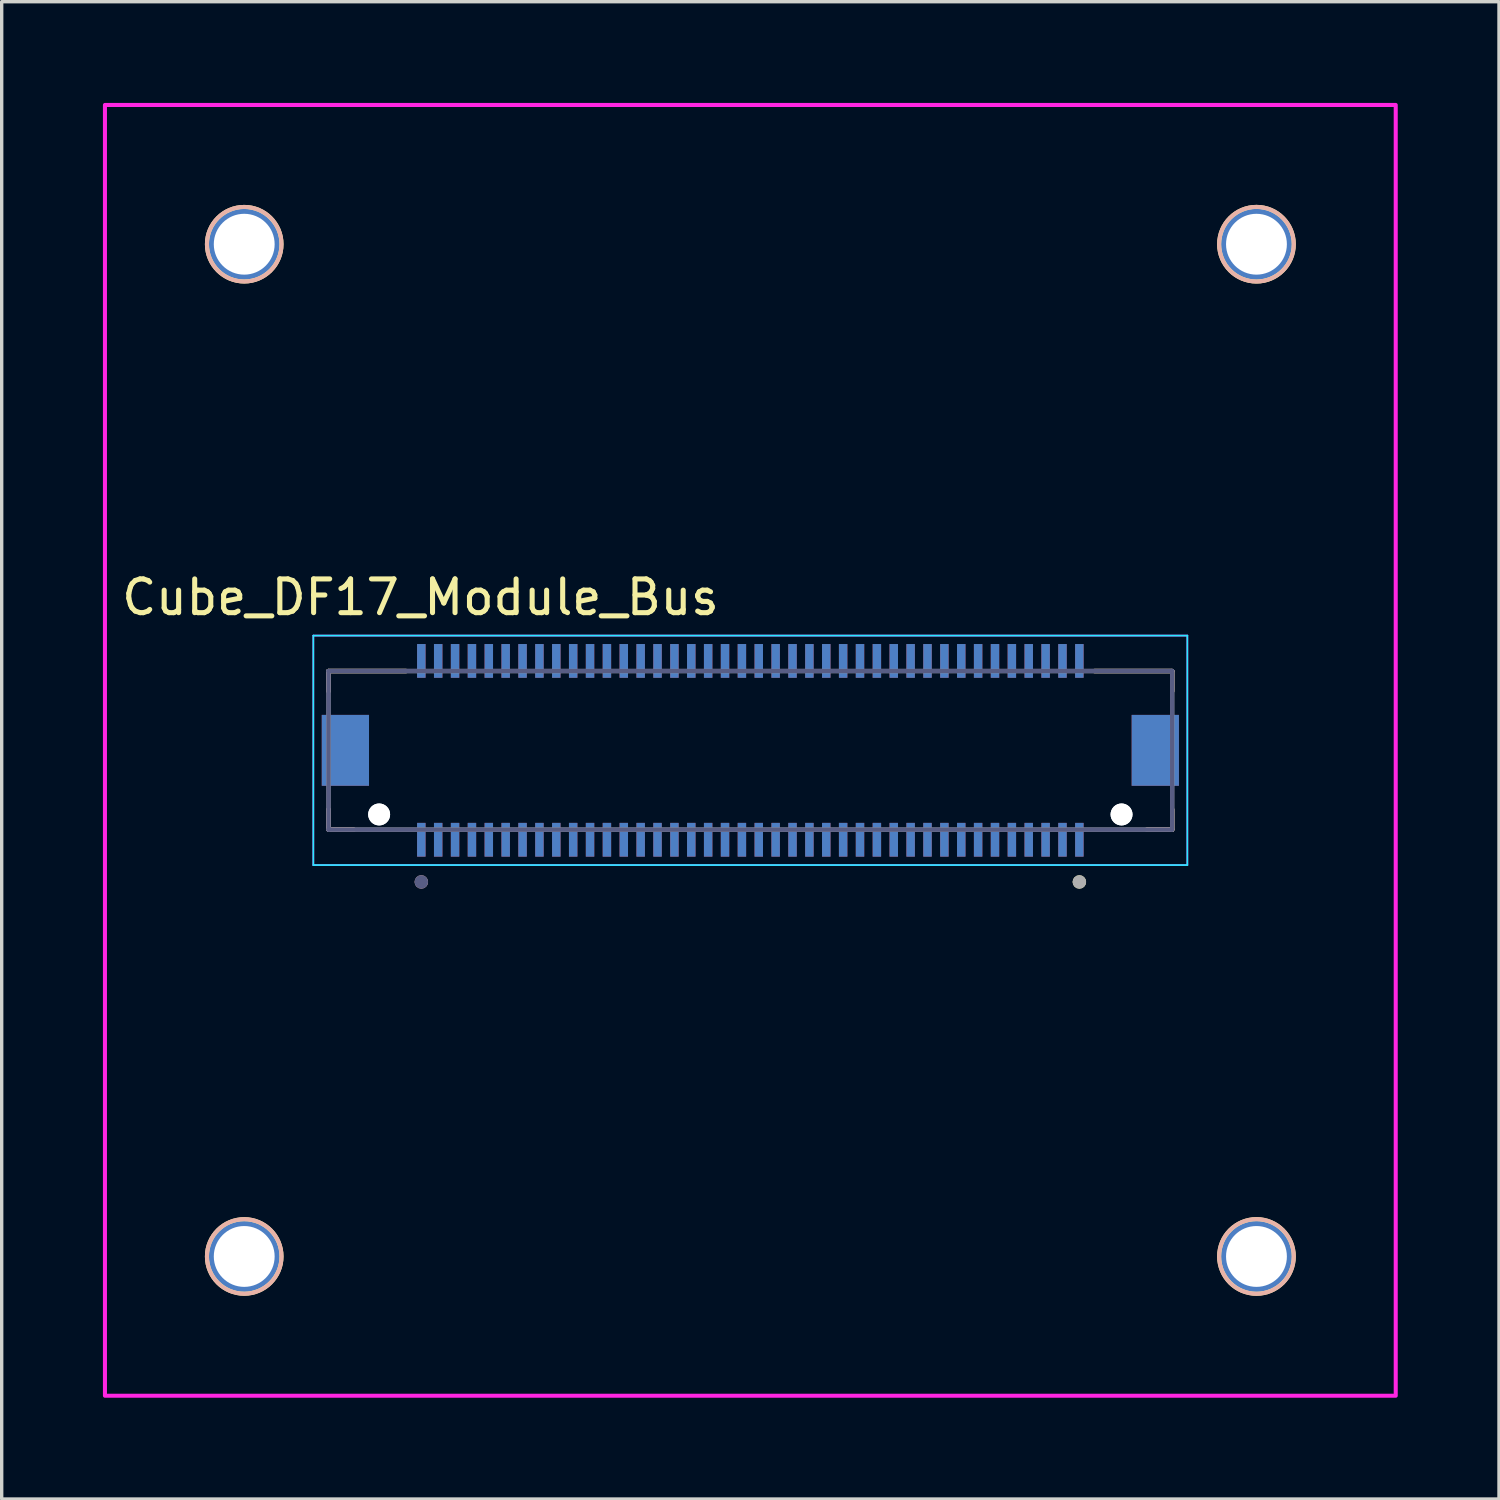
<source format=kicad_pcb>
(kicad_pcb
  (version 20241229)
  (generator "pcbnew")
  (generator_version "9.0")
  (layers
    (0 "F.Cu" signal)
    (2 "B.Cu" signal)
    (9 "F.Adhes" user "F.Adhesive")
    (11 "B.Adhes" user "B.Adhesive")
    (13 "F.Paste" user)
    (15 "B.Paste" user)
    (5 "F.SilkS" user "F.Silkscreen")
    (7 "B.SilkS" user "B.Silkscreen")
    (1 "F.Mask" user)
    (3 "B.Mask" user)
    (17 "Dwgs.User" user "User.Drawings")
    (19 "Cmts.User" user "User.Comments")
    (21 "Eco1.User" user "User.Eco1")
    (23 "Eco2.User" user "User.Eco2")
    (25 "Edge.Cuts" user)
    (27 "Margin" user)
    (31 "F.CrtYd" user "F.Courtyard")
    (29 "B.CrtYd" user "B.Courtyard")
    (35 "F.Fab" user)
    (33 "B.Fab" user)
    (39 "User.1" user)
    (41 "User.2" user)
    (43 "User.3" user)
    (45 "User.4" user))
  (footprint "Cube_DF17_Module_Bus"
    (layer "F.Cu")
    (at 19.185 19.185)
    (property "Reference" "Cube_DF17_Module_Bus" (at -9.775 -4.535 0) (layer "F.SilkS") (effects (font (size 1 1) (thickness 0.15))))
    (attr through_hole)
    (fp_line (start -12.5 -2.35) (end -12.5 -1.75) (stroke (width 0.127) (type solid)) (layer "F.SilkS"))
    (fp_line (start -12.5 2.35) (end -12.5 1.75) (stroke (width 0.127) (type solid)) (layer "F.SilkS"))
    (fp_line (start -12.5 2.35) (end -11.75 2.35) (stroke (width 0.127) (type solid)) (layer "F.SilkS"))
    (fp_line (start -10.195 -2.35) (end -12.5 -2.35) (stroke (width 0.127) (type solid)) (layer "F.SilkS"))
    (fp_line (start 11.75 2.35) (end 12.5 2.35) (stroke (width 0.127) (type solid)) (layer "F.SilkS"))
    (fp_line (start 12.5 -2.35) (end 10.195 -2.35) (stroke (width 0.127) (type solid)) (layer "F.SilkS"))
    (fp_line (start 12.5 -2.35) (end 12.5 -1.75) (stroke (width 0.127) (type solid)) (layer "F.SilkS"))
    (fp_line (start 12.5 2.35) (end 12.5 1.75) (stroke (width 0.127) (type solid)) (layer "F.SilkS"))
    (fp_circle (center -14.998 -14.998) (end -13.893 -14.998) (stroke (width 0.12) (type solid)) (fill no) (layer "F.SilkS"))
    (fp_circle (center -14.998 14.998) (end -13.893 14.998) (stroke (width 0.12) (type solid)) (fill no) (layer "F.SilkS"))
    (fp_circle (center 9.75 3.9) (end 9.85 3.9) (stroke (width 0.2) (type solid)) (fill no) (layer "F.SilkS"))
    (fp_circle (center 14.998 -14.998) (end 16.104 -14.998) (stroke (width 0.12) (type solid)) (fill no) (layer "F.SilkS"))
    (fp_circle (center 14.998 14.998) (end 16.104 14.998) (stroke (width 0.12) (type solid)) (fill no) (layer "F.SilkS"))
    (fp_line (start -12.5 -2.35) (end -12.5 -1.75) (stroke (width 0.127) (type solid)) (layer "B.SilkS"))
    (fp_line (start -12.5 -2.35) (end -10.195 -2.35) (stroke (width 0.127) (type solid)) (layer "B.SilkS"))
    (fp_line (start -12.5 2.35) (end -12.5 1.75) (stroke (width 0.127) (type solid)) (layer "B.SilkS"))
    (fp_line (start -11.75 2.35) (end -12.5 2.35) (stroke (width 0.127) (type solid)) (layer "B.SilkS"))
    (fp_line (start 10.195 -2.35) (end 12.5 -2.35) (stroke (width 0.127) (type solid)) (layer "B.SilkS"))
    (fp_line (start 12.5 -2.35) (end 12.5 -1.75) (stroke (width 0.127) (type solid)) (layer "B.SilkS"))
    (fp_line (start 12.5 2.35) (end 11.75 2.35) (stroke (width 0.127) (type solid)) (layer "B.SilkS"))
    (fp_line (start 12.5 2.35) (end 12.5 1.75) (stroke (width 0.127) (type solid)) (layer "B.SilkS"))
    (fp_circle (center -14.998 -14.998) (end -13.893 -14.998) (stroke (width 0.12) (type solid)) (fill no) (layer "B.SilkS"))
    (fp_circle (center -14.998 14.998) (end -13.893 14.998) (stroke (width 0.12) (type solid)) (fill no) (layer "B.SilkS"))
    (fp_circle (center -9.75 3.9) (end -9.85 3.9) (stroke (width 0.2) (type solid)) (fill no) (layer "B.SilkS"))
    (fp_circle (center 14.998 -14.998) (end 16.104 -14.998) (stroke (width 0.12) (type solid)) (fill no) (layer "B.SilkS"))
    (fp_circle (center 14.998 14.998) (end 16.104 14.998) (stroke (width 0.12) (type solid)) (fill no) (layer "B.SilkS"))
    (fp_line (start -12.95 -3.4) (end 12.95 -3.4) (stroke (width 0.05) (type solid)) (layer "B.CrtYd"))
    (fp_line (start -12.95 3.4) (end -12.95 -3.4) (stroke (width 0.05) (type solid)) (layer "B.CrtYd"))
    (fp_line (start 12.95 -3.4) (end 12.95 3.4) (stroke (width 0.05) (type solid)) (layer "B.CrtYd"))
    (fp_line (start 12.95 3.4) (end -12.95 3.4) (stroke (width 0.05) (type solid)) (layer "B.CrtYd"))
    (fp_line (start -12.95 -3.4) (end -12.95 3.4) (stroke (width 0.05) (type solid)) (layer "F.CrtYd"))
    (fp_line (start -12.95 3.4) (end 12.95 3.4) (stroke (width 0.05) (type solid)) (layer "F.CrtYd"))
    (fp_line (start 12.95 -3.4) (end -12.95 -3.4) (stroke (width 0.05) (type solid)) (layer "F.CrtYd"))
    (fp_line (start 12.95 3.4) (end 12.95 -3.4) (stroke (width 0.05) (type solid)) (layer "F.CrtYd"))
    (fp_rect (start -19.125 -19.125) (end 19.125 19.125) (stroke (width 0.12) (type solid)) (fill no) (layer "F.CrtYd"))
    (fp_line (start -12.5 -2.35) (end 12.5 -2.35) (stroke (width 0.127) (type solid)) (layer "B.Fab"))
    (fp_line (start -12.5 2.35) (end -12.5 -2.35) (stroke (width 0.127) (type solid)) (layer "B.Fab"))
    (fp_line (start 12.5 -2.35) (end 12.5 2.35) (stroke (width 0.127) (type solid)) (layer "B.Fab"))
    (fp_line (start 12.5 2.35) (end -12.5 2.35) (stroke (width 0.127) (type solid)) (layer "B.Fab"))
    (fp_circle (center -9.75 3.9) (end -9.85 3.9) (stroke (width 0.2) (type solid)) (fill no) (layer "B.Fab"))
    (fp_line (start -12.5 -2.35) (end -12.5 2.35) (stroke (width 0.127) (type solid)) (layer "F.Fab"))
    (fp_line (start -12.5 2.35) (end 12.5 2.35) (stroke (width 0.127) (type solid)) (layer "F.Fab"))
    (fp_line (start 12.5 -2.35) (end -12.5 -2.35) (stroke (width 0.127) (type solid)) (layer "F.Fab"))
    (fp_line (start 12.5 2.35) (end 12.5 -2.35) (stroke (width 0.127) (type solid)) (layer "F.Fab"))
    (fp_circle (center 9.75 3.9) (end 9.85 3.9) (stroke (width 0.2) (type solid)) (fill no) (layer "F.Fab"))
    (pad "" np_thru_hole circle (at -11 1.9) (size 0.65 0.65) (drill 0.65) (layers "*.Cu" "*.Mask"))
    (pad "" np_thru_hole circle (at -11 1.9) (size 0.65 0.65) (drill 0.65) (layers "*.Cu" "*.Mask"))
    (pad "" np_thru_hole circle (at 11 1.9) (size 0.65 0.65) (drill 0.65) (layers "*.Cu" "*.Mask"))
    (pad "" np_thru_hole circle (at 11 1.9) (size 0.65 0.65) (drill 0.65) (layers "*.Cu" "*.Mask"))
    (pad "1" smd rect (at 9.75 2.65) (size 0.25 1) (layers "F.Cu" "F.Mask" "F.Paste"))
    (pad "1" smd rect (at 9.75 2.65) (size 0.25 1) (layers "B.Cu" "B.Mask" "B.Paste"))
    (pad "2" smd rect (at 9.75 -2.65) (size 0.25 1) (layers "F.Cu" "F.Mask" "F.Paste"))
    (pad "2" smd rect (at 9.75 -2.65) (size 0.25 1) (layers "B.Cu" "B.Mask" "B.Paste"))
    (pad "3" smd rect (at 9.25 2.65) (size 0.25 1) (layers "F.Cu" "F.Mask" "F.Paste"))
    (pad "3" smd rect (at 9.25 2.65) (size 0.25 1) (layers "B.Cu" "B.Mask" "B.Paste"))
    (pad "4" smd rect (at 9.25 -2.65) (size 0.25 1) (layers "F.Cu" "F.Mask" "F.Paste"))
    (pad "4" smd rect (at 9.25 -2.65) (size 0.25 1) (layers "B.Cu" "B.Mask" "B.Paste"))
    (pad "5" smd rect (at 8.75 2.65) (size 0.25 1) (layers "F.Cu" "F.Mask" "F.Paste"))
    (pad "5" smd rect (at 8.75 2.65) (size 0.25 1) (layers "B.Cu" "B.Mask" "B.Paste"))
    (pad "6" smd rect (at 8.75 -2.65) (size 0.25 1) (layers "F.Cu" "F.Mask" "F.Paste"))
    (pad "6" smd rect (at 8.75 -2.65) (size 0.25 1) (layers "B.Cu" "B.Mask" "B.Paste"))
    (pad "7" smd rect (at 8.25 2.65) (size 0.25 1) (layers "F.Cu" "F.Mask" "F.Paste"))
    (pad "7" smd rect (at 8.25 2.65) (size 0.25 1) (layers "B.Cu" "B.Mask" "B.Paste"))
    (pad "8" smd rect (at 8.25 -2.65) (size 0.25 1) (layers "F.Cu" "F.Mask" "F.Paste"))
    (pad "8" smd rect (at 8.25 -2.65) (size 0.25 1) (layers "B.Cu" "B.Mask" "B.Paste"))
    (pad "9" smd rect (at 7.75 2.65) (size 0.25 1) (layers "F.Cu" "F.Mask" "F.Paste"))
    (pad "9" smd rect (at 7.75 2.65) (size 0.25 1) (layers "B.Cu" "B.Mask" "B.Paste"))
    (pad "10" smd rect (at 7.75 -2.65) (size 0.25 1) (layers "F.Cu" "F.Mask" "F.Paste"))
    (pad "10" smd rect (at 7.75 -2.65) (size 0.25 1) (layers "B.Cu" "B.Mask" "B.Paste"))
    (pad "11" smd rect (at 7.25 2.65) (size 0.25 1) (layers "F.Cu" "F.Mask" "F.Paste"))
    (pad "11" smd rect (at 7.25 2.65) (size 0.25 1) (layers "B.Cu" "B.Mask" "B.Paste"))
    (pad "12" smd rect (at 7.25 -2.65) (size 0.25 1) (layers "F.Cu" "F.Mask" "F.Paste"))
    (pad "12" smd rect (at 7.25 -2.65) (size 0.25 1) (layers "B.Cu" "B.Mask" "B.Paste"))
    (pad "13" smd rect (at 6.75 2.65) (size 0.25 1) (layers "F.Cu" "F.Mask" "F.Paste"))
    (pad "13" smd rect (at 6.75 2.65) (size 0.25 1) (layers "B.Cu" "B.Mask" "B.Paste"))
    (pad "14" smd rect (at 6.75 -2.65) (size 0.25 1) (layers "F.Cu" "F.Mask" "F.Paste"))
    (pad "14" smd rect (at 6.75 -2.65) (size 0.25 1) (layers "B.Cu" "B.Mask" "B.Paste"))
    (pad "15" smd rect (at 6.25 2.65) (size 0.25 1) (layers "F.Cu" "F.Mask" "F.Paste"))
    (pad "15" smd rect (at 6.25 2.65) (size 0.25 1) (layers "B.Cu" "B.Mask" "B.Paste"))
    (pad "16" smd rect (at 6.25 -2.65) (size 0.25 1) (layers "F.Cu" "F.Mask" "F.Paste"))
    (pad "16" smd rect (at 6.25 -2.65) (size 0.25 1) (layers "B.Cu" "B.Mask" "B.Paste"))
    (pad "17" smd rect (at 5.75 2.65) (size 0.25 1) (layers "F.Cu" "F.Mask" "F.Paste"))
    (pad "17" smd rect (at 5.75 2.65) (size 0.25 1) (layers "B.Cu" "B.Mask" "B.Paste"))
    (pad "18" smd rect (at 5.75 -2.65) (size 0.25 1) (layers "F.Cu" "F.Mask" "F.Paste"))
    (pad "18" smd rect (at 5.75 -2.65) (size 0.25 1) (layers "B.Cu" "B.Mask" "B.Paste"))
    (pad "19" smd rect (at 5.25 2.65) (size 0.25 1) (layers "F.Cu" "F.Mask" "F.Paste"))
    (pad "19" smd rect (at 5.25 2.65) (size 0.25 1) (layers "B.Cu" "B.Mask" "B.Paste"))
    (pad "20" smd rect (at 5.25 -2.65) (size 0.25 1) (layers "F.Cu" "F.Mask" "F.Paste"))
    (pad "20" smd rect (at 5.25 -2.65) (size 0.25 1) (layers "B.Cu" "B.Mask" "B.Paste"))
    (pad "21" smd rect (at 4.75 2.65) (size 0.25 1) (layers "F.Cu" "F.Mask" "F.Paste"))
    (pad "21" smd rect (at 4.75 2.65) (size 0.25 1) (layers "B.Cu" "B.Mask" "B.Paste"))
    (pad "22" smd rect (at 4.75 -2.65) (size 0.25 1) (layers "F.Cu" "F.Mask" "F.Paste"))
    (pad "22" smd rect (at 4.75 -2.65) (size 0.25 1) (layers "B.Cu" "B.Mask" "B.Paste"))
    (pad "23" smd rect (at 4.25 2.65) (size 0.25 1) (layers "F.Cu" "F.Mask" "F.Paste"))
    (pad "23" smd rect (at 4.25 2.65) (size 0.25 1) (layers "B.Cu" "B.Mask" "B.Paste"))
    (pad "24" smd rect (at 4.25 -2.65) (size 0.25 1) (layers "F.Cu" "F.Mask" "F.Paste"))
    (pad "24" smd rect (at 4.25 -2.65) (size 0.25 1) (layers "B.Cu" "B.Mask" "B.Paste"))
    (pad "25" smd rect (at 3.75 2.65) (size 0.25 1) (layers "F.Cu" "F.Mask" "F.Paste"))
    (pad "25" smd rect (at 3.75 2.65) (size 0.25 1) (layers "B.Cu" "B.Mask" "B.Paste"))
    (pad "26" smd rect (at 3.75 -2.65) (size 0.25 1) (layers "F.Cu" "F.Mask" "F.Paste"))
    (pad "26" smd rect (at 3.75 -2.65) (size 0.25 1) (layers "B.Cu" "B.Mask" "B.Paste"))
    (pad "27" smd rect (at 3.25 2.65) (size 0.25 1) (layers "F.Cu" "F.Mask" "F.Paste"))
    (pad "27" smd rect (at 3.25 2.65) (size 0.25 1) (layers "B.Cu" "B.Mask" "B.Paste"))
    (pad "28" smd rect (at 3.25 -2.65) (size 0.25 1) (layers "F.Cu" "F.Mask" "F.Paste"))
    (pad "28" smd rect (at 3.25 -2.65) (size 0.25 1) (layers "B.Cu" "B.Mask" "B.Paste"))
    (pad "29" smd rect (at 2.75 2.65) (size 0.25 1) (layers "F.Cu" "F.Mask" "F.Paste"))
    (pad "29" smd rect (at 2.75 2.65) (size 0.25 1) (layers "B.Cu" "B.Mask" "B.Paste"))
    (pad "30" smd rect (at 2.75 -2.65) (size 0.25 1) (layers "F.Cu" "F.Mask" "F.Paste"))
    (pad "30" smd rect (at 2.75 -2.65) (size 0.25 1) (layers "B.Cu" "B.Mask" "B.Paste"))
    (pad "31" smd rect (at 2.25 2.65) (size 0.25 1) (layers "F.Cu" "F.Mask" "F.Paste"))
    (pad "31" smd rect (at 2.25 2.65) (size 0.25 1) (layers "B.Cu" "B.Mask" "B.Paste"))
    (pad "32" smd rect (at 2.25 -2.65) (size 0.25 1) (layers "F.Cu" "F.Mask" "F.Paste"))
    (pad "32" smd rect (at 2.25 -2.65) (size 0.25 1) (layers "B.Cu" "B.Mask" "B.Paste"))
    (pad "33" smd rect (at 1.75 2.65) (size 0.25 1) (layers "F.Cu" "F.Mask" "F.Paste"))
    (pad "33" smd rect (at 1.75 2.65) (size 0.25 1) (layers "B.Cu" "B.Mask" "B.Paste"))
    (pad "34" smd rect (at 1.75 -2.65) (size 0.25 1) (layers "F.Cu" "F.Mask" "F.Paste"))
    (pad "34" smd rect (at 1.75 -2.65) (size 0.25 1) (layers "B.Cu" "B.Mask" "B.Paste"))
    (pad "35" smd rect (at 1.25 2.65) (size 0.25 1) (layers "F.Cu" "F.Mask" "F.Paste"))
    (pad "35" smd rect (at 1.25 2.65) (size 0.25 1) (layers "B.Cu" "B.Mask" "B.Paste"))
    (pad "36" smd rect (at 1.25 -2.65) (size 0.25 1) (layers "F.Cu" "F.Mask" "F.Paste"))
    (pad "36" smd rect (at 1.25 -2.65) (size 0.25 1) (layers "B.Cu" "B.Mask" "B.Paste"))
    (pad "37" smd rect (at 0.75 2.65) (size 0.25 1) (layers "F.Cu" "F.Mask" "F.Paste"))
    (pad "37" smd rect (at 0.75 2.65) (size 0.25 1) (layers "B.Cu" "B.Mask" "B.Paste"))
    (pad "38" smd rect (at 0.75 -2.65) (size 0.25 1) (layers "F.Cu" "F.Mask" "F.Paste"))
    (pad "38" smd rect (at 0.75 -2.65) (size 0.25 1) (layers "B.Cu" "B.Mask" "B.Paste"))
    (pad "39" smd rect (at 0.25 2.65) (size 0.25 1) (layers "F.Cu" "F.Mask" "F.Paste"))
    (pad "39" smd rect (at 0.25 2.65) (size 0.25 1) (layers "B.Cu" "B.Mask" "B.Paste"))
    (pad "40" smd rect (at 0.25 -2.65) (size 0.25 1) (layers "F.Cu" "F.Mask" "F.Paste"))
    (pad "40" smd rect (at 0.25 -2.65) (size 0.25 1) (layers "B.Cu" "B.Mask" "B.Paste"))
    (pad "41" smd rect (at -0.25 2.65) (size 0.25 1) (layers "F.Cu" "F.Mask" "F.Paste"))
    (pad "41" smd rect (at -0.25 2.65) (size 0.25 1) (layers "B.Cu" "B.Mask" "B.Paste"))
    (pad "42" smd rect (at -0.25 -2.65) (size 0.25 1) (layers "F.Cu" "F.Mask" "F.Paste"))
    (pad "42" smd rect (at -0.25 -2.65) (size 0.25 1) (layers "B.Cu" "B.Mask" "B.Paste"))
    (pad "43" smd rect (at -0.75 2.65) (size 0.25 1) (layers "F.Cu" "F.Mask" "F.Paste"))
    (pad "43" smd rect (at -0.75 2.65) (size 0.25 1) (layers "B.Cu" "B.Mask" "B.Paste"))
    (pad "44" smd rect (at -0.75 -2.65) (size 0.25 1) (layers "F.Cu" "F.Mask" "F.Paste"))
    (pad "44" smd rect (at -0.75 -2.65) (size 0.25 1) (layers "B.Cu" "B.Mask" "B.Paste"))
    (pad "45" smd rect (at -1.25 2.65) (size 0.25 1) (layers "F.Cu" "F.Mask" "F.Paste"))
    (pad "45" smd rect (at -1.25 2.65) (size 0.25 1) (layers "B.Cu" "B.Mask" "B.Paste"))
    (pad "46" smd rect (at -1.25 -2.65) (size 0.25 1) (layers "F.Cu" "F.Mask" "F.Paste"))
    (pad "46" smd rect (at -1.25 -2.65) (size 0.25 1) (layers "B.Cu" "B.Mask" "B.Paste"))
    (pad "47" smd rect (at -1.75 2.65) (size 0.25 1) (layers "F.Cu" "F.Mask" "F.Paste"))
    (pad "47" smd rect (at -1.75 2.65) (size 0.25 1) (layers "B.Cu" "B.Mask" "B.Paste"))
    (pad "48" smd rect (at -1.75 -2.65) (size 0.25 1) (layers "F.Cu" "F.Mask" "F.Paste"))
    (pad "48" smd rect (at -1.75 -2.65) (size 0.25 1) (layers "B.Cu" "B.Mask" "B.Paste"))
    (pad "49" smd rect (at -2.25 2.65) (size 0.25 1) (layers "F.Cu" "F.Mask" "F.Paste"))
    (pad "49" smd rect (at -2.25 2.65) (size 0.25 1) (layers "B.Cu" "B.Mask" "B.Paste"))
    (pad "50" smd rect (at -2.25 -2.65) (size 0.25 1) (layers "F.Cu" "F.Mask" "F.Paste"))
    (pad "50" smd rect (at -2.25 -2.65) (size 0.25 1) (layers "B.Cu" "B.Mask" "B.Paste"))
    (pad "51" smd rect (at -2.75 2.65) (size 0.25 1) (layers "F.Cu" "F.Mask" "F.Paste"))
    (pad "51" smd rect (at -2.75 2.65) (size 0.25 1) (layers "B.Cu" "B.Mask" "B.Paste"))
    (pad "52" smd rect (at -2.75 -2.65) (size 0.25 1) (layers "F.Cu" "F.Mask" "F.Paste"))
    (pad "52" smd rect (at -2.75 -2.65) (size 0.25 1) (layers "B.Cu" "B.Mask" "B.Paste"))
    (pad "53" smd rect (at -3.25 2.65) (size 0.25 1) (layers "F.Cu" "F.Mask" "F.Paste"))
    (pad "53" smd rect (at -3.25 2.65) (size 0.25 1) (layers "B.Cu" "B.Mask" "B.Paste"))
    (pad "54" smd rect (at -3.25 -2.65) (size 0.25 1) (layers "F.Cu" "F.Mask" "F.Paste"))
    (pad "54" smd rect (at -3.25 -2.65) (size 0.25 1) (layers "B.Cu" "B.Mask" "B.Paste"))
    (pad "55" smd rect (at -3.75 2.65) (size 0.25 1) (layers "F.Cu" "F.Mask" "F.Paste"))
    (pad "55" smd rect (at -3.75 2.65) (size 0.25 1) (layers "B.Cu" "B.Mask" "B.Paste"))
    (pad "56" smd rect (at -3.75 -2.65) (size 0.25 1) (layers "F.Cu" "F.Mask" "F.Paste"))
    (pad "56" smd rect (at -3.75 -2.65) (size 0.25 1) (layers "B.Cu" "B.Mask" "B.Paste"))
    (pad "57" smd rect (at -4.25 2.65) (size 0.25 1) (layers "F.Cu" "F.Mask" "F.Paste"))
    (pad "57" smd rect (at -4.25 2.65) (size 0.25 1) (layers "B.Cu" "B.Mask" "B.Paste"))
    (pad "58" smd rect (at -4.25 -2.65) (size 0.25 1) (layers "F.Cu" "F.Mask" "F.Paste"))
    (pad "58" smd rect (at -4.25 -2.65) (size 0.25 1) (layers "B.Cu" "B.Mask" "B.Paste"))
    (pad "59" smd rect (at -4.75 2.65) (size 0.25 1) (layers "F.Cu" "F.Mask" "F.Paste"))
    (pad "59" smd rect (at -4.75 2.65) (size 0.25 1) (layers "B.Cu" "B.Mask" "B.Paste"))
    (pad "60" smd rect (at -4.75 -2.65) (size 0.25 1) (layers "F.Cu" "F.Mask" "F.Paste"))
    (pad "60" smd rect (at -4.75 -2.65) (size 0.25 1) (layers "B.Cu" "B.Mask" "B.Paste"))
    (pad "61" smd rect (at -5.25 2.65) (size 0.25 1) (layers "F.Cu" "F.Mask" "F.Paste"))
    (pad "61" smd rect (at -5.25 2.65) (size 0.25 1) (layers "B.Cu" "B.Mask" "B.Paste"))
    (pad "62" smd rect (at -5.25 -2.65) (size 0.25 1) (layers "F.Cu" "F.Mask" "F.Paste"))
    (pad "62" smd rect (at -5.25 -2.65) (size 0.25 1) (layers "B.Cu" "B.Mask" "B.Paste"))
    (pad "63" smd rect (at -5.75 2.65) (size 0.25 1) (layers "F.Cu" "F.Mask" "F.Paste"))
    (pad "63" smd rect (at -5.75 2.65) (size 0.25 1) (layers "B.Cu" "B.Mask" "B.Paste"))
    (pad "64" smd rect (at -5.75 -2.65) (size 0.25 1) (layers "F.Cu" "F.Mask" "F.Paste"))
    (pad "64" smd rect (at -5.75 -2.65) (size 0.25 1) (layers "B.Cu" "B.Mask" "B.Paste"))
    (pad "65" smd rect (at -6.25 2.65) (size 0.25 1) (layers "F.Cu" "F.Mask" "F.Paste"))
    (pad "65" smd rect (at -6.25 2.65) (size 0.25 1) (layers "B.Cu" "B.Mask" "B.Paste"))
    (pad "66" smd rect (at -6.25 -2.65) (size 0.25 1) (layers "F.Cu" "F.Mask" "F.Paste"))
    (pad "66" smd rect (at -6.25 -2.65) (size 0.25 1) (layers "B.Cu" "B.Mask" "B.Paste"))
    (pad "67" smd rect (at -6.75 2.65) (size 0.25 1) (layers "F.Cu" "F.Mask" "F.Paste"))
    (pad "67" smd rect (at -6.75 2.65) (size 0.25 1) (layers "B.Cu" "B.Mask" "B.Paste"))
    (pad "68" smd rect (at -6.75 -2.65) (size 0.25 1) (layers "F.Cu" "F.Mask" "F.Paste"))
    (pad "68" smd rect (at -6.75 -2.65) (size 0.25 1) (layers "B.Cu" "B.Mask" "B.Paste"))
    (pad "69" smd rect (at -7.25 2.65) (size 0.25 1) (layers "F.Cu" "F.Mask" "F.Paste"))
    (pad "69" smd rect (at -7.25 2.65) (size 0.25 1) (layers "B.Cu" "B.Mask" "B.Paste"))
    (pad "70" smd rect (at -7.25 -2.65) (size 0.25 1) (layers "F.Cu" "F.Mask" "F.Paste"))
    (pad "70" smd rect (at -7.25 -2.65) (size 0.25 1) (layers "B.Cu" "B.Mask" "B.Paste"))
    (pad "71" smd rect (at -7.75 2.65) (size 0.25 1) (layers "F.Cu" "F.Mask" "F.Paste"))
    (pad "71" smd rect (at -7.75 2.65) (size 0.25 1) (layers "B.Cu" "B.Mask" "B.Paste"))
    (pad "72" smd rect (at -7.75 -2.65) (size 0.25 1) (layers "F.Cu" "F.Mask" "F.Paste"))
    (pad "72" smd rect (at -7.75 -2.65) (size 0.25 1) (layers "B.Cu" "B.Mask" "B.Paste"))
    (pad "73" smd rect (at -8.25 2.65) (size 0.25 1) (layers "F.Cu" "F.Mask" "F.Paste"))
    (pad "73" smd rect (at -8.25 2.65) (size 0.25 1) (layers "B.Cu" "B.Mask" "B.Paste"))
    (pad "74" smd rect (at -8.25 -2.65) (size 0.25 1) (layers "F.Cu" "F.Mask" "F.Paste"))
    (pad "74" smd rect (at -8.25 -2.65) (size 0.25 1) (layers "B.Cu" "B.Mask" "B.Paste"))
    (pad "75" smd rect (at -8.75 2.65) (size 0.25 1) (layers "F.Cu" "F.Mask" "F.Paste"))
    (pad "75" smd rect (at -8.75 2.65) (size 0.25 1) (layers "B.Cu" "B.Mask" "B.Paste"))
    (pad "76" smd rect (at -8.75 -2.65) (size 0.25 1) (layers "F.Cu" "F.Mask" "F.Paste"))
    (pad "76" smd rect (at -8.75 -2.65) (size 0.25 1) (layers "B.Cu" "B.Mask" "B.Paste"))
    (pad "77" smd rect (at -9.25 2.65) (size 0.25 1) (layers "F.Cu" "F.Mask" "F.Paste"))
    (pad "77" smd rect (at -9.25 2.65) (size 0.25 1) (layers "B.Cu" "B.Mask" "B.Paste"))
    (pad "78" smd rect (at -9.25 -2.65) (size 0.25 1) (layers "F.Cu" "F.Mask" "F.Paste"))
    (pad "78" smd rect (at -9.25 -2.65) (size 0.25 1) (layers "B.Cu" "B.Mask" "B.Paste"))
    (pad "79" smd rect (at -9.75 2.65) (size 0.25 1) (layers "F.Cu" "F.Mask" "F.Paste"))
    (pad "79" smd rect (at -9.75 2.65) (size 0.25 1) (layers "B.Cu" "B.Mask" "B.Paste"))
    (pad "80" smd rect (at -9.75 -2.65) (size 0.25 1) (layers "F.Cu" "F.Mask" "F.Paste"))
    (pad "80" smd rect (at -9.75 -2.65) (size 0.25 1) (layers "B.Cu" "B.Mask" "B.Paste"))
    (pad "81" thru_hole circle (at -14.998 -14.998) (size 2.21 2.21) (drill 1.803) (layers "*.Cu" "*.Mask"))
    (pad "81" thru_hole circle (at -14.998 14.998) (size 2.21 2.21) (drill 1.803) (layers "*.Cu" "*.Mask"))
    (pad "81" thru_hole circle (at 14.998 -14.998) (size 2.21 2.21) (drill 1.803) (layers "*.Cu" "*.Mask"))
    (pad "81" thru_hole circle (at 14.998 14.998) (size 2.21 2.21) (drill 1.803) (layers "*.Cu" "*.Mask"))
    (pad "S1" smd rect (at 12 0) (size 1.4 2.1) (layers "F.Cu" "F.Mask" "F.Paste"))
    (pad "S1" smd rect (at 12 0) (size 1.4 2.1) (layers "B.Cu" "B.Mask" "B.Paste"))
    (pad "S2" smd rect (at -12 0) (size 1.4 2.1) (layers "F.Cu" "F.Mask" "F.Paste"))
    (pad "S2" smd rect (at -12 0) (size 1.4 2.1) (layers "B.Cu" "B.Mask" "B.Paste"))
    (zone (net_name "") (layer "F.Cu") (hatch full 0.508) (connect_pads) (min_thickness 0.01) (filled_areas_thickness no) (keepout (tracks not_allowed) (vias not_allowed) (pads not_allowed) (copperpour not_allowed) (footprints allowed)) (placement (enabled no)) (fill) (polygon (pts (xy 7.885 17.035) (xy 30.485 17.035) (xy 30.485 21.335) (xy 7.885 21.335))))
    (zone (net_name "") (layers "F.Cu" "B.Cu") (hatch full 0.508) (connect_pads) (min_thickness 0.01) (filled_areas_thickness no) (keepout (tracks allowed) (vias not_allowed) (pads allowed) (copperpour allowed) (footprints allowed)) (placement (enabled no)) (fill) (polygon (pts (xy 7.885 17.035) (xy 30.485 17.035) (xy 30.485 21.335) (xy 7.885 21.335))))
    (zone (net_name "") (layers "F.Cu" "B.Cu") (hatch full 0.508) (connect_pads) (min_thickness 0.01) (filled_areas_thickness no) (keepout (tracks allowed) (vias not_allowed) (pads allowed) (copperpour allowed) (footprints allowed)) (placement (enabled no)) (fill) (polygon (pts (xy 30.485 17.035) (xy 7.885 17.035) (xy 7.885 21.335) (xy 30.485 21.335))))
    (zone (net_name "") (layer "B.Cu") (hatch full 0.508) (connect_pads) (min_thickness 0.01) (filled_areas_thickness no) (keepout (tracks not_allowed) (vias not_allowed) (pads not_allowed) (copperpour not_allowed) (footprints allowed)) (placement (enabled no)) (fill) (polygon (pts (xy 30.485 17.035) (xy 7.885 17.035) (xy 7.885 21.335) (xy 30.485 21.335)))))
  (gr_rect
    (start -3 -3)
    (end 41.37 41.37)
    (stroke (width 0.1) (type default))
    (fill no)
    (layer "Edge.Cuts")))
</source>
